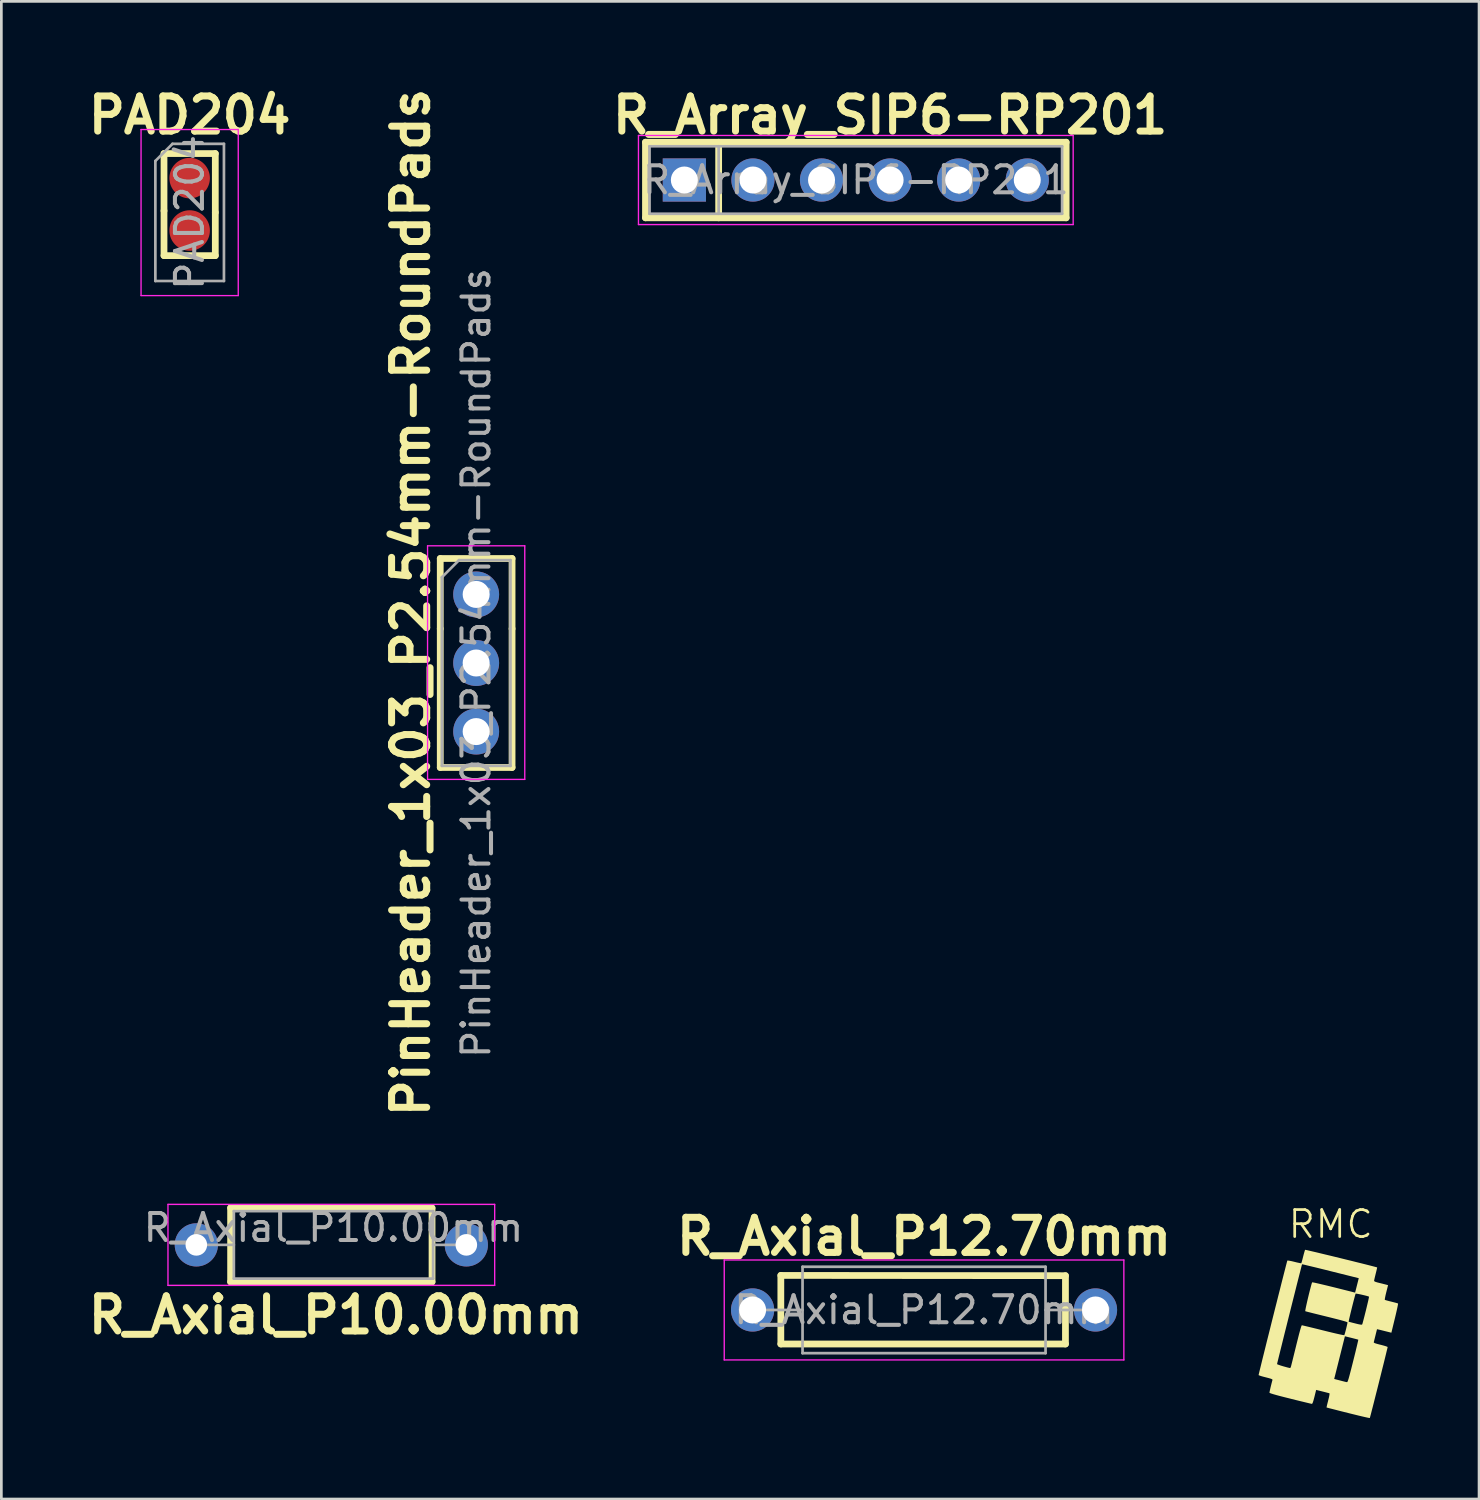
<source format=kicad_pcb>
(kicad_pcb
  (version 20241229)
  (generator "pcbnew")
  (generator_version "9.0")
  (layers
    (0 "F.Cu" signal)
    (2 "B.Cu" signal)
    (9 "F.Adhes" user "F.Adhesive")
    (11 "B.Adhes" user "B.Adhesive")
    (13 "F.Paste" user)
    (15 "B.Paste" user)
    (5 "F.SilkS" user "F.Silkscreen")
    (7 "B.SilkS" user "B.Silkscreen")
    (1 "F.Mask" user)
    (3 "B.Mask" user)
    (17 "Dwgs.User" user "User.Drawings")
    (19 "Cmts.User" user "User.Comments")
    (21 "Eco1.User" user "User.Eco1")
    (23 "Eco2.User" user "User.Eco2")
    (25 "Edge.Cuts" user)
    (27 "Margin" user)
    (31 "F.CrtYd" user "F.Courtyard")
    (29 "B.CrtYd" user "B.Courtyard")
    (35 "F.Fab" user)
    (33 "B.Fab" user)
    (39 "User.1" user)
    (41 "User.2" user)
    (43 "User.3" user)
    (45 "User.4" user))
  (footprint "R_Axial_P10.00mm"
    (layer "F.Cu")
    (at 4.221 43.055)
    (property "Reference" "R_Axial_P10.00mm" (at 5.17 2.6 0) (layer "F.SilkS") (effects (font (size 1.3 1.3) (thickness 0.26) (bold yes))))
    (attr through_hole)
    (fp_line (start 1.27 -1.37) (end 1.27 1.37) (stroke (width 0.25) (type solid)) (layer "F.SilkS"))
    (fp_line (start 1.27 1.37) (end 8.73 1.37) (stroke (width 0.25) (type solid)) (layer "F.SilkS"))
    (fp_line (start 8.73 -1.37) (end 1.27 -1.37) (stroke (width 0.25) (type solid)) (layer "F.SilkS"))
    (fp_line (start 8.73 1.37) (end 8.73 -1.36) (stroke (width 0.25) (type solid)) (layer "F.SilkS"))
    (fp_line (start -1.05 -1.5) (end -1.05 1.5) (stroke (width 0.05) (type solid)) (layer "F.CrtYd"))
    (fp_line (start -1.05 1.5) (end 11.05 1.5) (stroke (width 0.05) (type solid)) (layer "F.CrtYd"))
    (fp_line (start 11.05 -1.5) (end -1.05 -1.5) (stroke (width 0.05) (type solid)) (layer "F.CrtYd"))
    (fp_line (start 11.05 1.5) (end 11.05 -1.5) (stroke (width 0.05) (type solid)) (layer "F.CrtYd"))
    (fp_line (start 0 0) (end 1.39 0) (stroke (width 0.1) (type solid)) (layer "F.Fab"))
    (fp_line (start 1.39 -1.25) (end 1.39 1.25) (stroke (width 0.1) (type solid)) (layer "F.Fab"))
    (fp_line (start 1.39 1.25) (end 8.77 1.25) (stroke (width 0.1) (type solid)) (layer "F.Fab"))
    (fp_line (start 8.77 -1.25) (end 1.39 -1.25) (stroke (width 0.1) (type solid)) (layer "F.Fab"))
    (fp_line (start 8.77 1.25) (end 8.77 -1.25) (stroke (width 0.1) (type solid)) (layer "F.Fab"))
    (fp_line (start 10.16 0) (end 8.77 0) (stroke (width 0.1) (type solid)) (layer "F.Fab"))
    (fp_text user "${REFERENCE}" (at 5.08 -0.635 0) (layer "F.Fab") (effects (font (size 1 1) (thickness 0.15))))
    (pad "1" thru_hole circle (at 0 0) (size 1.6 1.6) (drill 0.8) (layers "*.Cu" "*.Mask"))
    (pad "2" thru_hole oval (at 10 0) (size 1.6 1.6) (drill 0.8) (layers "*.Cu" "*.Mask")))
  (footprint "R_Array_SIP6-RP201"
    (layer "F.Cu")
    (at 22.296 3.617)
    (property "Reference" "R_Array_SIP6-RP201" (at 7.62 -2.4 180) (layer "F.SilkS") (effects (font (size 1.3 1.3) (thickness 0.26) (bold yes))))
    (attr through_hole)
    (fp_line (start -1.44 -1.4) (end -1.44 1.4) (stroke (width 0.25) (type solid)) (layer "F.SilkS"))
    (fp_line (start -1.44 1.4) (end 14.14 1.4) (stroke (width 0.25) (type solid)) (layer "F.SilkS"))
    (fp_line (start 1.27 -1.4) (end 1.27 1.4) (stroke (width 0.25) (type solid)) (layer "F.SilkS"))
    (fp_line (start 14.14 -1.4) (end -1.44 -1.4) (stroke (width 0.25) (type solid)) (layer "F.SilkS"))
    (fp_line (start 14.14 1.4) (end 14.14 -1.4) (stroke (width 0.25) (type solid)) (layer "F.SilkS"))
    (fp_line (start -1.7 -1.65) (end -1.7 1.65) (stroke (width 0.05) (type solid)) (layer "F.CrtYd"))
    (fp_line (start -1.7 1.65) (end 14.4 1.65) (stroke (width 0.05) (type solid)) (layer "F.CrtYd"))
    (fp_line (start 14.4 -1.65) (end -1.7 -1.65) (stroke (width 0.05) (type solid)) (layer "F.CrtYd"))
    (fp_line (start 14.4 1.65) (end 14.4 -1.65) (stroke (width 0.05) (type solid)) (layer "F.CrtYd"))
    (fp_line (start -1.29 -1.25) (end -1.29 1.25) (stroke (width 0.1) (type solid)) (layer "F.Fab"))
    (fp_line (start -1.29 1.25) (end 13.99 1.25) (stroke (width 0.1) (type solid)) (layer "F.Fab"))
    (fp_line (start 1.27 -1.25) (end 1.27 1.25) (stroke (width 0.1) (type solid)) (layer "F.Fab"))
    (fp_line (start 13.99 -1.25) (end -1.29 -1.25) (stroke (width 0.1) (type solid)) (layer "F.Fab"))
    (fp_line (start 13.99 1.25) (end 13.99 -1.25) (stroke (width 0.1) (type solid)) (layer "F.Fab"))
    (fp_text user "${REFERENCE}" (at 6.35 0 180) (layer "F.Fab") (effects (font (size 1 1) (thickness 0.15))))
    (pad "1" thru_hole oval (at 12.7 0) (size 1.6 1.6) (drill 1) (layers "*.Cu" "*.Mask"))
    (pad "2" thru_hole oval (at 10.16 0) (size 1.6 1.6) (drill 1) (layers "*.Cu" "*.Mask"))
    (pad "3" thru_hole oval (at 7.62 0) (size 1.6 1.6) (drill 1) (layers "*.Cu" "*.Mask"))
    (pad "4" thru_hole oval (at 5.08 0) (size 1.6 1.6) (drill 1) (layers "*.Cu" "*.Mask"))
    (pad "5" thru_hole oval (at 2.54 0) (size 1.6 1.6) (drill 1) (layers "*.Cu" "*.Mask"))
    (pad "6" thru_hole rect (at 0 0) (size 1.6 1.6) (drill 1) (layers "*.Cu" "*.Mask")))
  (footprint "PinHeader_1x03_P2.54mm-RoundPads"
    (layer "F.Cu")
    (at 14.585 18.965)
    (property "Reference" "PinHeader_1x03_P2.54mm-RoundPads" (at -2.42 0.3 270) (layer "F.SilkS") (effects (font (size 1.3 1.3) (thickness 0.26) (bold yes))))
    (attr through_hole)
    (fp_line (start -1.33 -1.33) (end -1.33 1.27) (stroke (width 0.25) (type solid)) (layer "F.SilkS"))
    (fp_line (start -1.33 -1.33) (end 1.33 -1.33) (stroke (width 0.25) (type solid)) (layer "F.SilkS"))
    (fp_line (start -1.33 1.27) (end -1.33 6.41) (stroke (width 0.25) (type solid)) (layer "F.SilkS"))
    (fp_line (start -1.33 6.41) (end 1.33 6.41) (stroke (width 0.25) (type solid)) (layer "F.SilkS"))
    (fp_line (start 1.33 1.27) (end 1.33 -1.33) (stroke (width 0.25) (type solid)) (layer "F.SilkS"))
    (fp_line (start 1.33 1.27) (end 1.33 6.41) (stroke (width 0.25) (type solid)) (layer "F.SilkS"))
    (fp_line (start -1.8 -1.8) (end -1.8 6.85) (stroke (width 0.05) (type solid)) (layer "F.CrtYd"))
    (fp_line (start -1.8 6.85) (end 1.8 6.85) (stroke (width 0.05) (type solid)) (layer "F.CrtYd"))
    (fp_line (start 1.8 -1.8) (end -1.8 -1.8) (stroke (width 0.05) (type solid)) (layer "F.CrtYd"))
    (fp_line (start 1.8 6.85) (end 1.8 -1.8) (stroke (width 0.05) (type solid)) (layer "F.CrtYd"))
    (fp_line (start -1.27 -0.635) (end -0.635 -1.27) (stroke (width 0.1) (type solid)) (layer "F.Fab"))
    (fp_line (start -1.27 6.35) (end -1.27 -0.635) (stroke (width 0.1) (type solid)) (layer "F.Fab"))
    (fp_line (start -0.635 -1.27) (end 1.27 -1.27) (stroke (width 0.1) (type solid)) (layer "F.Fab"))
    (fp_line (start 1.27 -1.27) (end 1.27 6.35) (stroke (width 0.1) (type solid)) (layer "F.Fab"))
    (fp_line (start 1.27 6.35) (end -1.27 6.35) (stroke (width 0.1) (type solid)) (layer "F.Fab"))
    (fp_text user "${REFERENCE}" (at 0 2.54 270) (layer "F.Fab") (effects (font (size 1 1) (thickness 0.15))))
    (pad "1" thru_hole oval (at 0 5.08) (size 1.7 1.7) (drill 1) (layers "*.Cu" "*.Mask"))
    (pad "2" thru_hole oval (at 0 2.54) (size 1.7 1.7) (drill 1) (layers "*.Cu" "*.Mask"))
    (pad "3" thru_hole circle (at 0 0) (size 1.7 1.7) (drill 1) (layers "*.Cu" "*.Mask")))
  (footprint "PAD204"
    (layer "F.Cu")
    (at 3.974 3.547)
    (property "Reference" "PAD204" (at 0 -2.33 0) (layer "F.SilkS") (effects (font (size 1.3 1.3) (thickness 0.26) (bold yes))))
    (attr through_hole)
    (fp_line (start -0.95 -0.91) (end 0.95 -0.91) (stroke (width 0.25) (type solid)) (layer "F.SilkS"))
    (fp_line (start -0.95 1.21) (end -0.95 -0.91) (stroke (width 0.25) (type solid)) (layer "F.SilkS"))
    (fp_line (start -0.95 1.21) (end -0.95 2.87) (stroke (width 0.25) (type solid)) (layer "F.SilkS"))
    (fp_line (start -0.95 2.87) (end 0.95 2.87) (stroke (width 0.25) (type solid)) (layer "F.SilkS"))
    (fp_line (start 0.95 1.27) (end 0.95 -0.91) (stroke (width 0.25) (type solid)) (layer "F.SilkS"))
    (fp_line (start 0.95 1.27) (end 0.95 2.87) (stroke (width 0.25) (type solid)) (layer "F.SilkS"))
    (fp_line (start -1.8 -1.8) (end -1.8 4.35) (stroke (width 0.05) (type solid)) (layer "F.CrtYd"))
    (fp_line (start -1.8 4.35) (end 1.8 4.35) (stroke (width 0.05) (type solid)) (layer "F.CrtYd"))
    (fp_line (start 1.8 -1.8) (end -1.8 -1.8) (stroke (width 0.05) (type solid)) (layer "F.CrtYd"))
    (fp_line (start 1.8 4.35) (end 1.8 -1.8) (stroke (width 0.05) (type solid)) (layer "F.CrtYd"))
    (fp_line (start -1.27 -0.635) (end -0.635 -1.27) (stroke (width 0.1) (type solid)) (layer "F.Fab"))
    (fp_line (start -1.27 3.81) (end -1.27 -0.635) (stroke (width 0.1) (type solid)) (layer "F.Fab"))
    (fp_line (start -0.635 -1.27) (end 1.27 -1.27) (stroke (width 0.1) (type solid)) (layer "F.Fab"))
    (fp_line (start 1.27 -1.27) (end 1.27 3.81) (stroke (width 0.1) (type solid)) (layer "F.Fab"))
    (fp_line (start 1.27 3.81) (end -1.27 3.81) (stroke (width 0.1) (type solid)) (layer "F.Fab"))
    (fp_text user "${REFERENCE}" (at 0 1.27 270) (layer "F.Fab") (effects (font (size 1 1) (thickness 0.15))))
    (pad "1" smd circle (at 0 0) (size 1.5 1.5) (layers "F.Cu" "F.Mask"))
    (pad "2" smd circle (at 0 1.94) (size 1.5 1.5) (layers "F.Cu" "F.Mask")))
  (footprint "RMC"
    (layer "F.Cu")
    (at 46.234 46.12)
    (property "Reference" "RMC" (at 0 -3.83 0) (unlocked yes) (layer "F.SilkS") (effects (font (size 1 1) (thickness 0.1))))
    (attr smd)
    (fp_poly (pts (xy -0.927 -2.879) (xy -0.871 -2.868) (xy -0.785 -2.848) (xy -0.671 -2.821) (xy -0.533 -2.789) (xy -0.376 -2.751) (xy -0.203 -2.709) (xy -0.018 -2.665) (xy 0.175 -2.618) (xy 0.372 -2.57) (xy 0.569 -2.521) (xy 0.763 -2.474) (xy 0.949 -2.427) (xy 1.124 -2.384) (xy 1.284 -2.344) (xy 1.425 -2.308) (xy 1.542 -2.278) (xy 1.633 -2.254) (xy 1.694 -2.238) (xy 1.72 -2.23) (xy 1.72 -2.229) (xy 1.717 -2.209) (xy 1.706 -2.158) (xy 1.688 -2.084) (xy 1.666 -1.995) (xy 1.643 -1.901) (xy 1.624 -1.821) (xy 1.611 -1.761) (xy 1.607 -1.733) (xy 1.618 -1.715) (xy 1.657 -1.696) (xy 1.728 -1.674) (xy 1.802 -1.655) (xy 1.893 -1.633) (xy 1.976 -1.612) (xy 2.039 -1.596) (xy 2.061 -1.59) (xy 2.124 -1.573) (xy 2.057 -1.307) (xy 2.033 -1.209) (xy 2.016 -1.126) (xy 2.005 -1.064) (xy 2.003 -1.032) (xy 2.004 -1.029) (xy 2.028 -1.02) (xy 2.083 -1.004) (xy 2.16 -0.983) (xy 2.249 -0.961) (xy 2.34 -0.938) (xy 2.417 -0.918) (xy 2.471 -0.902) (xy 2.494 -0.893) (xy 2.493 -0.871) (xy 2.483 -0.815) (xy 2.466 -0.731) (xy 2.442 -0.623) (xy 2.413 -0.496) (xy 2.38 -0.357) (xy 2.377 -0.346) (xy 2.247 0.188) (xy 1.982 0.122) (xy 1.886 0.098) (xy 1.805 0.078) (xy 1.746 0.065) (xy 1.717 0.059) (xy 1.715 0.059) (xy 1.71 0.079) (xy 1.697 0.13) (xy 1.678 0.204) (xy 1.659 0.284) (xy 1.636 0.375) (xy 1.616 0.455) (xy 1.602 0.512) (xy 1.595 0.537) (xy 1.597 0.552) (xy 1.617 0.567) (xy 1.659 0.584) (xy 1.729 0.605) (xy 1.833 0.632) (xy 1.847 0.635) (xy 1.943 0.66) (xy 2.023 0.683) (xy 2.08 0.703) (xy 2.107 0.716) (xy 2.108 0.718) (xy 2.104 0.742) (xy 2.09 0.801) (xy 2.068 0.89) (xy 2.04 1.007) (xy 2.006 1.146) (xy 1.967 1.305) (xy 1.923 1.479) (xy 1.877 1.664) (xy 1.829 1.856) (xy 1.78 2.052) (xy 1.731 2.248) (xy 1.682 2.44) (xy 1.636 2.623) (xy 1.593 2.794) (xy 1.553 2.949) (xy 1.518 3.084) (xy 1.49 3.196) (xy 1.467 3.279) (xy 1.453 3.331) (xy 1.448 3.348) (xy 1.426 3.346) (xy 1.37 3.335) (xy 1.283 3.316) (xy 1.17 3.29) (xy 1.035 3.258) (xy 0.881 3.22) (xy 0.714 3.179) (xy 0.643 3.161) (xy 0.471 3.118) (xy 0.312 3.078) (xy 0.17 3.041) (xy 0.048 3.01) (xy -0.049 2.986) (xy -0.116 2.968) (xy -0.151 2.958) (xy -0.154 2.957) (xy -0.151 2.937) (xy -0.14 2.885) (xy -0.122 2.81) (xy -0.098 2.717) (xy -0.093 2.695) (xy -0.063 2.575) (xy -0.047 2.49) (xy -0.043 2.442) (xy -0.048 2.431) (xy -0.076 2.424) (xy -0.133 2.409) (xy -0.213 2.388) (xy -0.305 2.365) (xy -0.539 2.307) (xy -0.603 2.565) (xy -0.635 2.686) (xy -0.661 2.768) (xy -0.682 2.813) (xy -0.695 2.824) (xy -0.72 2.819) (xy -0.78 2.806) (xy -0.87 2.784) (xy -0.986 2.756) (xy -1.123 2.723) (xy -1.278 2.685) (xy -1.446 2.643) (xy -1.496 2.63) (xy -1.705 2.578) (xy -1.876 2.534) (xy -2.014 2.497) (xy -2.119 2.467) (xy -2.194 2.444) (xy -2.243 2.426) (xy -2.266 2.413) (xy -2.269 2.408) (xy -2.264 2.38) (xy -2.252 2.322) (xy -2.235 2.246) (xy -2.214 2.159) (xy -2.193 2.073) (xy -2.173 1.996) (xy -2.157 1.939) (xy -2.157 1.938) (xy -2.159 1.923) (xy -2.179 1.908) (xy -2.196 1.901) (xy 0.129 1.901) (xy 0.2 1.92) (xy 0.333 1.954) (xy 0.432 1.98) (xy 0.504 1.998) (xy 0.552 2.01) (xy 0.583 2.016) (xy 0.603 2.019) (xy 0.605 2.019) (xy 0.615 2.013) (xy 0.627 1.992) (xy 0.642 1.953) (xy 0.662 1.893) (xy 0.686 1.808) (xy 0.716 1.696) (xy 0.753 1.554) (xy 0.798 1.377) (xy 0.833 1.237) (xy 0.876 1.066) (xy 0.915 0.908) (xy 0.949 0.766) (xy 0.978 0.646) (xy 1 0.55) (xy 1.015 0.483) (xy 1.022 0.45) (xy 1.022 0.447) (xy 1 0.44) (xy 0.948 0.425) (xy 0.871 0.406) (xy 0.779 0.382) (xy 0.77 0.38) (xy 0.526 0.32) (xy 0.328 1.11) (xy 0.129 1.901) (xy -2.196 1.901) (xy -2.221 1.891) (xy -2.292 1.87) (xy -2.396 1.843) (xy -2.409 1.84) (xy -2.505 1.815) (xy -2.585 1.792) (xy -2.642 1.772) (xy -2.669 1.759) (xy -2.671 1.757) (xy -2.666 1.734) (xy -2.652 1.675) (xy -2.63 1.583) (xy -2.6 1.462) (xy -2.573 1.351) (xy -1.987 1.351) (xy -1.969 1.362) (xy -1.921 1.38) (xy -1.852 1.404) (xy -1.77 1.429) (xy -1.684 1.453) (xy -1.603 1.475) (xy -1.536 1.491) (xy -1.502 1.497) (xy -1.488 1.481) (xy -1.472 1.44) (xy -1.47 1.433) (xy -1.461 1.399) (xy -1.444 1.331) (xy -1.419 1.233) (xy -1.389 1.111) (xy -1.354 0.969) (xy -1.315 0.812) (xy -1.274 0.645) (xy -1.273 0.64) (xy -1.219 0.425) (xy -1.174 0.246) (xy -1.136 0.106) (xy -1.106 0.003) (xy -1.084 -0.062) (xy -1.07 -0.087) (xy -1.069 -0.088) (xy -1.044 -0.083) (xy -0.985 -0.069) (xy -0.896 -0.048) (xy -0.78 -0.02) (xy -0.644 0.013) (xy -0.489 0.051) (xy -0.323 0.093) (xy -0.278 0.104) (xy -0.109 0.146) (xy 0.048 0.184) (xy 0.188 0.217) (xy 0.308 0.244) (xy 0.403 0.264) (xy 0.468 0.276) (xy 0.5 0.28) (xy 0.502 0.28) (xy 0.512 0.255) (xy 0.529 0.201) (xy 0.549 0.127) (xy 0.571 0.043) (xy 0.591 -0.041) (xy 0.608 -0.115) (xy 0.619 -0.17) (xy 0.622 -0.193) (xy 0.606 -0.205) (xy 0.556 -0.223) (xy 0.551 -0.225) (xy 0.665 -0.225) (xy 0.665 -0.22) (xy 0.686 -0.213) (xy 0.739 -0.199) (xy 0.815 -0.179) (xy 0.907 -0.156) (xy 0.914 -0.154) (xy 1.015 -0.129) (xy 1.085 -0.115) (xy 1.128 -0.109) (xy 1.153 -0.111) (xy 1.166 -0.121) (xy 1.169 -0.126) (xy 1.178 -0.154) (xy 1.195 -0.215) (xy 1.218 -0.303) (xy 1.247 -0.414) (xy 1.279 -0.541) (xy 1.306 -0.647) (xy 1.338 -0.781) (xy 1.367 -0.902) (xy 1.391 -1.004) (xy 1.408 -1.083) (xy 1.417 -1.132) (xy 1.418 -1.146) (xy 1.392 -1.158) (xy 1.338 -1.174) (xy 1.264 -1.193) (xy 1.18 -1.213) (xy 1.095 -1.232) (xy 1.018 -1.247) (xy 0.959 -1.257) (xy 0.927 -1.26) (xy 0.923 -1.258) (xy 0.915 -1.235) (xy 0.899 -1.18) (xy 0.877 -1.099) (xy 0.85 -0.998) (xy 0.821 -0.884) (xy 0.79 -0.762) (xy 0.76 -0.639) (xy 0.731 -0.521) (xy 0.706 -0.414) (xy 0.685 -0.325) (xy 0.671 -0.26) (xy 0.665 -0.225) (xy 0.551 -0.225) (xy 0.472 -0.249) (xy 0.353 -0.282) (xy 0.197 -0.322) (xy 0.003 -0.371) (xy -0.151 -0.409) (xy -0.321 -0.451) (xy -0.479 -0.49) (xy -0.621 -0.525) (xy -0.743 -0.556) (xy -0.839 -0.58) (xy -0.906 -0.598) (xy -0.94 -0.608) (xy -0.943 -0.609) (xy -0.942 -0.63) (xy -0.933 -0.684) (xy -0.917 -0.764) (xy -0.895 -0.865) (xy -0.869 -0.98) (xy -0.84 -1.104) (xy -0.81 -1.229) (xy -0.78 -1.35) (xy -0.751 -1.46) (xy -0.726 -1.555) (xy -0.706 -1.626) (xy -0.691 -1.669) (xy -0.686 -1.678) (xy -0.665 -1.676) (xy -0.608 -1.666) (xy -0.521 -1.647) (xy -0.408 -1.621) (xy -0.272 -1.589) (xy -0.118 -1.552) (xy 0.049 -1.511) (xy 0.115 -1.495) (xy 0.903 -1.297) (xy 0.922 -1.37) (xy 0.936 -1.422) (xy 0.955 -1.499) (xy 0.978 -1.59) (xy 0.99 -1.637) (xy 1.039 -1.831) (xy -0.007 -2.092) (xy -0.205 -2.142) (xy -0.391 -2.188) (xy -0.562 -2.23) (xy -0.713 -2.266) (xy -0.842 -2.297) (xy -0.944 -2.322) (xy -1.016 -2.338) (xy -1.055 -2.346) (xy -1.061 -2.346) (xy -1.067 -2.326) (xy -1.082 -2.271) (xy -1.104 -2.182) (xy -1.134 -2.065) (xy -1.171 -1.922) (xy -1.213 -1.756) (xy -1.26 -1.571) (xy -1.31 -1.37) (xy -1.364 -1.156) (xy -1.42 -0.933) (xy -1.478 -0.703) (xy -1.536 -0.471) (xy -1.594 -0.239) (xy -1.651 -0.01) (xy -1.707 0.211) (xy -1.759 0.422) (xy -1.808 0.62) (xy -1.853 0.801) (xy -1.893 0.962) (xy -1.927 1.099) (xy -1.954 1.21) (xy -1.974 1.291) (xy -1.985 1.339) (xy -1.987 1.351) (xy -2.573 1.351) (xy -2.564 1.314) (xy -2.522 1.143) (xy -2.474 0.951) (xy -2.422 0.742) (xy -2.367 0.519) (xy -2.308 0.285) (xy -2.247 0.043) (xy -2.186 -0.204) (xy -2.123 -0.454) (xy -2.061 -0.702) (xy -1.999 -0.946) (xy -1.94 -1.182) (xy -1.882 -1.409) (xy -1.829 -1.622) (xy -1.779 -1.818) (xy -1.734 -1.995) (xy -1.694 -2.15) (xy -1.661 -2.279) (xy -1.635 -2.379) (xy -1.617 -2.447) (xy -1.608 -2.48) (xy -1.606 -2.483) (xy -1.583 -2.485) (xy -1.528 -2.477) (xy -1.45 -2.462) (xy -1.357 -2.44) (xy -1.346 -2.437) (xy -1.252 -2.414) (xy -1.173 -2.397) (xy -1.117 -2.386) (xy -1.091 -2.384) (xy -1.09 -2.384) (xy -1.082 -2.406) (xy -1.066 -2.46) (xy -1.045 -2.536) (xy -1.022 -2.628) (xy -1.021 -2.631) (xy -0.997 -2.724) (xy -0.975 -2.802) (xy -0.958 -2.858) (xy -0.948 -2.882) (xy -0.947 -2.883)) (stroke (width 0) (type solid)) (fill yes) (layer "F.SilkS")))
  (footprint "R_Axial_P12.70mm"
    (layer "F.Cu")
    (at 31.203 45.456)
    (property "Reference" "R_Axial_P12.70mm" (at -0.03 -2.71 0) (layer "F.SilkS") (effects (font (size 1.3 1.3) (thickness 0.26) (bold yes))))
    (attr through_hole)
    (fp_line (start -5.334 -1.27) (end 5.207 -1.26) (stroke (width 0.25) (type default)) (layer "F.SilkS"))
    (fp_line (start -5.334 1.27) (end -5.334 -1.27) (stroke (width 0.25) (type default)) (layer "F.SilkS"))
    (fp_line (start 5.207 0.01) (end 5.207 -1.26) (stroke (width 0.25) (type default)) (layer "F.SilkS"))
    (fp_line (start 5.207 0.015) (end 5.207 1.27) (stroke (width 0.25) (type default)) (layer "F.SilkS"))
    (fp_line (start 5.207 1.27) (end -5.334 1.27) (stroke (width 0.25) (type default)) (layer "F.SilkS"))
    (fp_line (start -7.43 -1.84) (end -7.43 1.86) (stroke (width 0.05) (type solid)) (layer "F.CrtYd"))
    (fp_line (start -7.43 1.86) (end 7.37 1.86) (stroke (width 0.05) (type solid)) (layer "F.CrtYd"))
    (fp_line (start 7.37 -1.84) (end -7.43 -1.84) (stroke (width 0.05) (type solid)) (layer "F.CrtYd"))
    (fp_line (start 7.37 1.86) (end 7.37 -1.84) (stroke (width 0.05) (type solid)) (layer "F.CrtYd"))
    (fp_line (start -6.38 0.01) (end -4.53 0.01) (stroke (width 0.1) (type solid)) (layer "F.Fab"))
    (fp_line (start -4.53 -1.59) (end -4.53 1.61) (stroke (width 0.1) (type solid)) (layer "F.Fab"))
    (fp_line (start -4.53 1.61) (end 4.47 1.61) (stroke (width 0.1) (type solid)) (layer "F.Fab"))
    (fp_line (start 4.47 -1.59) (end -4.53 -1.59) (stroke (width 0.1) (type solid)) (layer "F.Fab"))
    (fp_line (start 4.47 1.61) (end 4.47 -1.59) (stroke (width 0.1) (type solid)) (layer "F.Fab"))
    (fp_line (start 6.32 0.01) (end 4.47 0.01) (stroke (width 0.1) (type solid)) (layer "F.Fab"))
    (fp_text user "${REFERENCE}" (at -0.03 0.01 0) (layer "F.Fab") (effects (font (size 1 1) (thickness 0.15))))
    (pad "1" thru_hole circle (at -6.38 0.01) (size 1.6 1.6) (drill 1) (layers "*.Cu" "*.Mask"))
    (pad "2" thru_hole oval (at 6.32 0.01) (size 1.6 1.6) (drill 1) (layers "*.Cu" "*.Mask")))
  (gr_rect
    (start -3 -3)
    (end 51.728 52.468)
    (stroke (width 0.1) (type default))
    (fill no)
    (layer "Edge.Cuts")))
</source>
